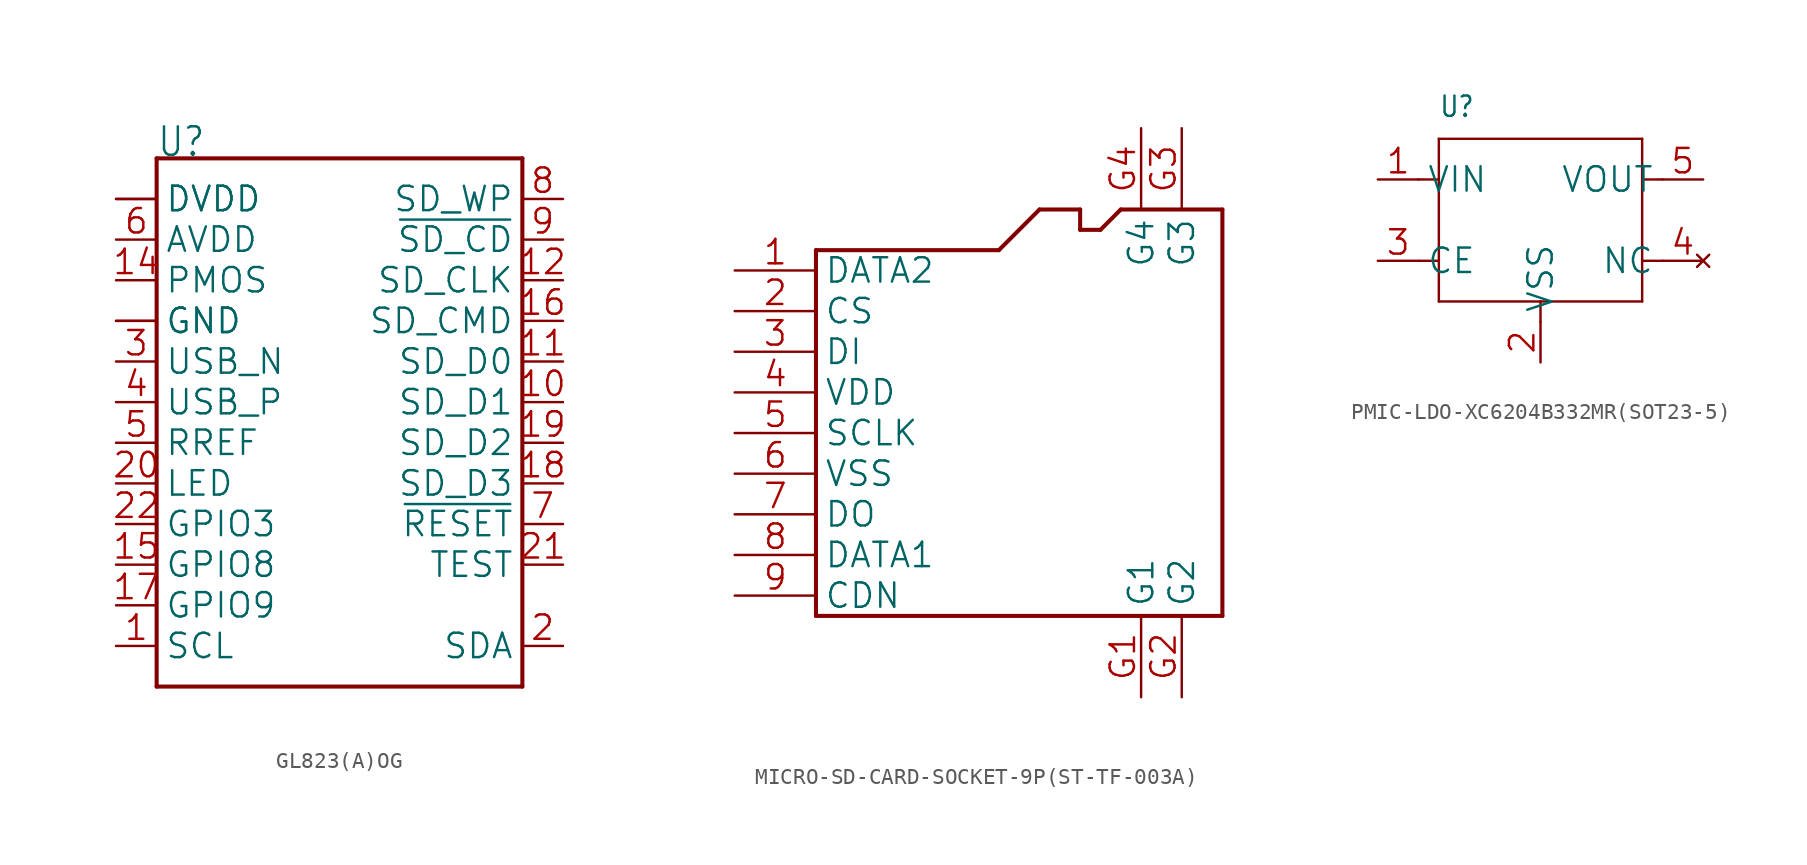
<source format=kicad_sym>
(kicad_symbol_lib
  (version 20241209)
  (generator "kicad_symbol_editor")
  (generator_version "9.0")
  (symbol "GL823(A)OG"
    (property "Reference" "U"
      (at -10.16 15.24 0)
      (effects (font (size 1.778 1.511)) (justify left bottom)))
    (property "ki_locked" ""
      (at 0 0 0)
      (effects (font (size 1.27 1.27))))
    (symbol "GL823(A)OG_1_0"
      (polyline (pts (xy -10.16 15.24) (xy -10.16 -17.78)) (stroke (width 0.254) (type solid)) (fill (type none)))
      (polyline (pts (xy -10.16 -17.78) (xy 12.7 -17.78)) (stroke (width 0.254) (type solid)) (fill (type none)))
      (polyline (pts (xy 12.7 15.24) (xy -10.16 15.24)) (stroke (width 0.254) (type solid)) (fill (type none)))
      (polyline (pts (xy 12.7 -17.78) (xy 12.7 15.24)) (stroke (width 0.254) (type solid)) (fill (type none)))
      (pin power_in line (at -12.7 12.7 0) (length 2.54) (name "DVDD" (effects (font (size 1.524 1.524)))) (number "13" (effects (font (size 0 0)))))
      (pin power_in line (at -12.7 12.7 0) (length 2.54) (name "DVDD" (effects (font (size 1.524 1.524)))) (number "23" (effects (font (size 0 0)))))
      (pin power_in line (at -12.7 10.16 0) (length 2.54) (name "AVDD" (effects (font (size 1.524 1.524)))) (number "6" (effects (font (size 1.524 1.524)))))
      (pin power_in line (at -12.7 7.62 0) (length 2.54) (name "PMOS" (effects (font (size 1.524 1.524)))) (number "14" (effects (font (size 1.524 1.524)))))
      (pin power_in line (at -12.7 5.08 0) (length 2.54) (name "GND" (effects (font (size 1.524 1.524)))) (number "24" (effects (font (size 0 0)))))
      (pin power_in line (at -12.7 5.08 0) (length 2.54) (name "GND" (effects (font (size 1.524 1.524)))) (number "25" (effects (font (size 0 0)))))
      (pin bidirectional line (at -12.7 2.54 0) (length 2.54) (name "USB_N" (effects (font (size 1.524 1.524)))) (number "3" (effects (font (size 1.524 1.524)))))
      (pin bidirectional line (at -12.7 0 0) (length 2.54) (name "USB_P" (effects (font (size 1.524 1.524)))) (number "4" (effects (font (size 1.524 1.524)))))
      (pin bidirectional line (at -12.7 -2.54 0) (length 2.54) (name "RREF" (effects (font (size 1.524 1.524)))) (number "5" (effects (font (size 1.524 1.524)))))
      (pin output line (at -12.7 -5.08 0) (length 2.54) (name "LED" (effects (font (size 1.524 1.524)))) (number "20" (effects (font (size 1.524 1.524)))))
      (pin bidirectional line (at -12.7 -7.62 0) (length 2.54) (name "GPIO3" (effects (font (size 1.524 1.524)))) (number "22" (effects (font (size 1.524 1.524)))))
      (pin bidirectional line (at -12.7 -10.16 0) (length 2.54) (name "GPIO8" (effects (font (size 1.524 1.524)))) (number "15" (effects (font (size 1.524 1.524)))))
      (pin bidirectional line (at -12.7 -12.7 0) (length 2.54) (name "GPIO9" (effects (font (size 1.524 1.524)))) (number "17" (effects (font (size 1.524 1.524)))))
      (pin bidirectional line (at -12.7 -15.24 0) (length 2.54) (name "SCL" (effects (font (size 1.524 1.524)))) (number "1" (effects (font (size 1.524 1.524)))))
      (pin input line (at 15.24 12.7 180) (length 2.54) (name "SD_WP" (effects (font (size 1.524 1.524)))) (number "8" (effects (font (size 1.524 1.524)))))
      (pin input line (at 15.24 10.16 180) (length 2.54) (name "~{SD_CD}" (effects (font (size 1.524 1.524)))) (number "9" (effects (font (size 1.524 1.524)))))
      (pin output line (at 15.24 7.62 180) (length 2.54) (name "SD_CLK" (effects (font (size 1.524 1.524)))) (number "12" (effects (font (size 1.524 1.524)))))
      (pin bidirectional line (at 15.24 5.08 180) (length 2.54) (name "SD_CMD" (effects (font (size 1.524 1.524)))) (number "16" (effects (font (size 1.524 1.524)))))
      (pin bidirectional line (at 15.24 2.54 180) (length 2.54) (name "SD_D0" (effects (font (size 1.524 1.524)))) (number "11" (effects (font (size 1.524 1.524)))))
      (pin bidirectional line (at 15.24 0 180) (length 2.54) (name "SD_D1" (effects (font (size 1.524 1.524)))) (number "10" (effects (font (size 1.524 1.524)))))
      (pin bidirectional line (at 15.24 -2.54 180) (length 2.54) (name "SD_D2" (effects (font (size 1.524 1.524)))) (number "19" (effects (font (size 1.524 1.524)))))
      (pin bidirectional line (at 15.24 -5.08 180) (length 2.54) (name "SD_D3" (effects (font (size 1.524 1.524)))) (number "18" (effects (font (size 1.524 1.524)))))
      (pin input line (at 15.24 -7.62 180) (length 2.54) (name "~{RESET}" (effects (font (size 1.524 1.524)))) (number "7" (effects (font (size 1.524 1.524)))))
      (pin input line (at 15.24 -10.16 180) (length 2.54) (name "TEST" (effects (font (size 1.524 1.524)))) (number "21" (effects (font (size 1.524 1.524)))))
      (pin bidirectional line (at 15.24 -15.24 180) (length 2.54) (name "SDA" (effects (font (size 1.524 1.524)))) (number "2" (effects (font (size 1.524 1.524)))))))
  (symbol "MICRO-SD-CARD-SOCKET-9P(ST-TF-003A)"
    (property "Reference" "SD"
      (at -13.97 12.7 0)
      (effects (font (size 1.27 1.079)) (justify left bottom) (hide yes)))
    (property "ki_locked" ""
      (at 0 0 0)
      (effects (font (size 1.27 1.27))))
    (symbol "MICRO-SD-CARD-SOCKET-9P(ST-TF-003A)_1_0"
      (polyline (pts (xy -12.7 11.43) (xy -12.7 -11.43)) (stroke (width 0.254) (type solid)) (fill (type none)))
      (polyline (pts (xy -12.7 -11.43) (xy 12.7 -11.43)) (stroke (width 0.254) (type solid)) (fill (type none)))
      (polyline (pts (xy -1.27 11.43) (xy -12.7 11.43)) (stroke (width 0.254) (type solid)) (fill (type none)))
      (polyline (pts (xy 1.27 13.97) (xy -1.27 11.43)) (stroke (width 0.254) (type solid)) (fill (type none)))
      (polyline (pts (xy 3.81 13.97) (xy 1.27 13.97)) (stroke (width 0.254) (type solid)) (fill (type none)))
      (polyline (pts (xy 3.81 12.7) (xy 3.81 13.97)) (stroke (width 0.254) (type solid)) (fill (type none)))
      (polyline (pts (xy 5.08 12.7) (xy 3.81 12.7)) (stroke (width 0.254) (type solid)) (fill (type none)))
      (polyline (pts (xy 6.35 13.97) (xy 5.08 12.7)) (stroke (width 0.254) (type solid)) (fill (type none)))
      (polyline (pts (xy 12.7 13.97) (xy 6.35 13.97)) (stroke (width 0.254) (type solid)) (fill (type none)))
      (polyline (pts (xy 12.7 -11.43) (xy 12.7 13.97)) (stroke (width 0.254) (type solid)) (fill (type none)))
      (pin bidirectional line (at -17.78 10.16 0) (length 5.08) (name "DATA2" (effects (font (size 1.524 1.524)))) (number "1" (effects (font (size 1.524 1.524)))))
      (pin bidirectional line (at -17.78 7.62 0) (length 5.08) (name "CS" (effects (font (size 1.524 1.524)))) (number "2" (effects (font (size 1.524 1.524)))))
      (pin bidirectional line (at -17.78 5.08 0) (length 5.08) (name "DI" (effects (font (size 1.524 1.524)))) (number "3" (effects (font (size 1.524 1.524)))))
      (pin bidirectional line (at -17.78 2.54 0) (length 5.08) (name "VDD" (effects (font (size 1.524 1.524)))) (number "4" (effects (font (size 1.524 1.524)))))
      (pin bidirectional line (at -17.78 0 0) (length 5.08) (name "SCLK" (effects (font (size 1.524 1.524)))) (number "5" (effects (font (size 1.524 1.524)))))
      (pin bidirectional line (at -17.78 -2.54 0) (length 5.08) (name "VSS" (effects (font (size 1.524 1.524)))) (number "6" (effects (font (size 1.524 1.524)))))
      (pin bidirectional line (at -17.78 -5.08 0) (length 5.08) (name "DO" (effects (font (size 1.524 1.524)))) (number "7" (effects (font (size 1.524 1.524)))))
      (pin bidirectional line (at -17.78 -7.62 0) (length 5.08) (name "DATA1" (effects (font (size 1.524 1.524)))) (number "8" (effects (font (size 1.524 1.524)))))
      (pin bidirectional line (at -17.78 -10.16 0) (length 5.08) (name "CDN" (effects (font (size 1.524 1.524)))) (number "9" (effects (font (size 1.524 1.524)))))
      (pin bidirectional line (at 7.62 19.05 270) (length 5.08) (name "G4" (effects (font (size 1.524 1.524)))) (number "G4" (effects (font (size 1.524 1.524)))))
      (pin bidirectional line (at 7.62 -16.51 90) (length 5.08) (name "G1" (effects (font (size 1.524 1.524)))) (number "G1" (effects (font (size 1.524 1.524)))))
      (pin bidirectional line (at 10.16 19.05 270) (length 5.08) (name "G3" (effects (font (size 1.524 1.524)))) (number "G3" (effects (font (size 1.524 1.524)))))
      (pin bidirectional line (at 10.16 -16.51 90) (length 5.08) (name "G2" (effects (font (size 1.524 1.524)))) (number "G2" (effects (font (size 1.524 1.524)))))))
  (symbol "PMIC-LDO-XC6204B332MR(SOT23-5)"
    (property "Reference" "U"
      (at -6.35 6.35 0)
      (effects (font (size 1.27 1.079)) (justify left bottom)))
    (property "Value" ""
      (at 0 6.35 0)
      (effects (font (size 1.27 1.079)) (justify left bottom)))
    (property "ki_locked" ""
      (at 0 0 0)
      (effects (font (size 1.27 1.27))))
    (symbol "PMIC-LDO-XC6204B332MR(SOT23-5)_1_0"
      (polyline (pts (xy -7.62 2.54) (xy -6.35 2.54)) (stroke (width 0.152) (type solid)) (fill (type none)))
      (polyline (pts (xy -7.62 -2.54) (xy -6.35 -2.54)) (stroke (width 0.152) (type solid)) (fill (type none)))
      (polyline (pts (xy -6.35 5.08) (xy 6.35 5.08)) (stroke (width 0.152) (type solid)) (fill (type none)))
      (polyline (pts (xy -6.35 2.54) (xy -6.35 5.08)) (stroke (width 0.152) (type solid)) (fill (type none)))
      (polyline (pts (xy -6.35 -2.54) (xy -6.35 2.54)) (stroke (width 0.152) (type solid)) (fill (type none)))
      (polyline (pts (xy -6.35 -5.08) (xy -6.35 -2.54)) (stroke (width 0.152) (type solid)) (fill (type none)))
      (polyline (pts (xy 0 -5.08) (xy -6.35 -5.08)) (stroke (width 0.152) (type solid)) (fill (type none)))
      (polyline (pts (xy 0 -6.35) (xy 0 -5.08)) (stroke (width 0.152) (type solid)) (fill (type none)))
      (polyline (pts (xy 6.35 5.08) (xy 6.35 2.54)) (stroke (width 0.152) (type solid)) (fill (type none)))
      (polyline (pts (xy 6.35 2.54) (xy 6.35 -2.54)) (stroke (width 0.152) (type solid)) (fill (type none)))
      (polyline (pts (xy 6.35 -2.54) (xy 6.35 -5.08)) (stroke (width 0.152) (type solid)) (fill (type none)))
      (polyline (pts (xy 6.35 -5.08) (xy 0 -5.08)) (stroke (width 0.152) (type solid)) (fill (type none)))
      (polyline (pts (xy 7.62 2.54) (xy 6.35 2.54)) (stroke (width 0.152) (type solid)) (fill (type none)))
      (polyline (pts (xy 7.62 -2.54) (xy 6.35 -2.54)) (stroke (width 0.152) (type solid)) (fill (type none)))
      (pin input line (at -10.16 2.54 0) (length 2.54) (name "VIN" (effects (font (size 1.524 1.524)))) (number "1" (effects (font (size 1.524 1.524)))))
      (pin bidirectional line (at -10.16 -2.54 0) (length 2.54) (name "CE" (effects (font (size 1.524 1.524)))) (number "3" (effects (font (size 1.524 1.524)))))
      (pin power_in line (at 0 -8.89 90) (length 2.54) (name "VSS" (effects (font (size 1.524 1.524)))) (number "2" (effects (font (size 1.524 1.524)))))
      (pin output line (at 10.16 2.54 180) (length 2.54) (name "VOUT" (effects (font (size 1.524 1.524)))) (number "5" (effects (font (size 1.524 1.524)))))
      (pin no_connect line (at 10.16 -2.54 180) (length 2.54) (name "NC" (effects (font (size 1.524 1.524)))) (number "4" (effects (font (size 1.524 1.524))))))))
</source>
